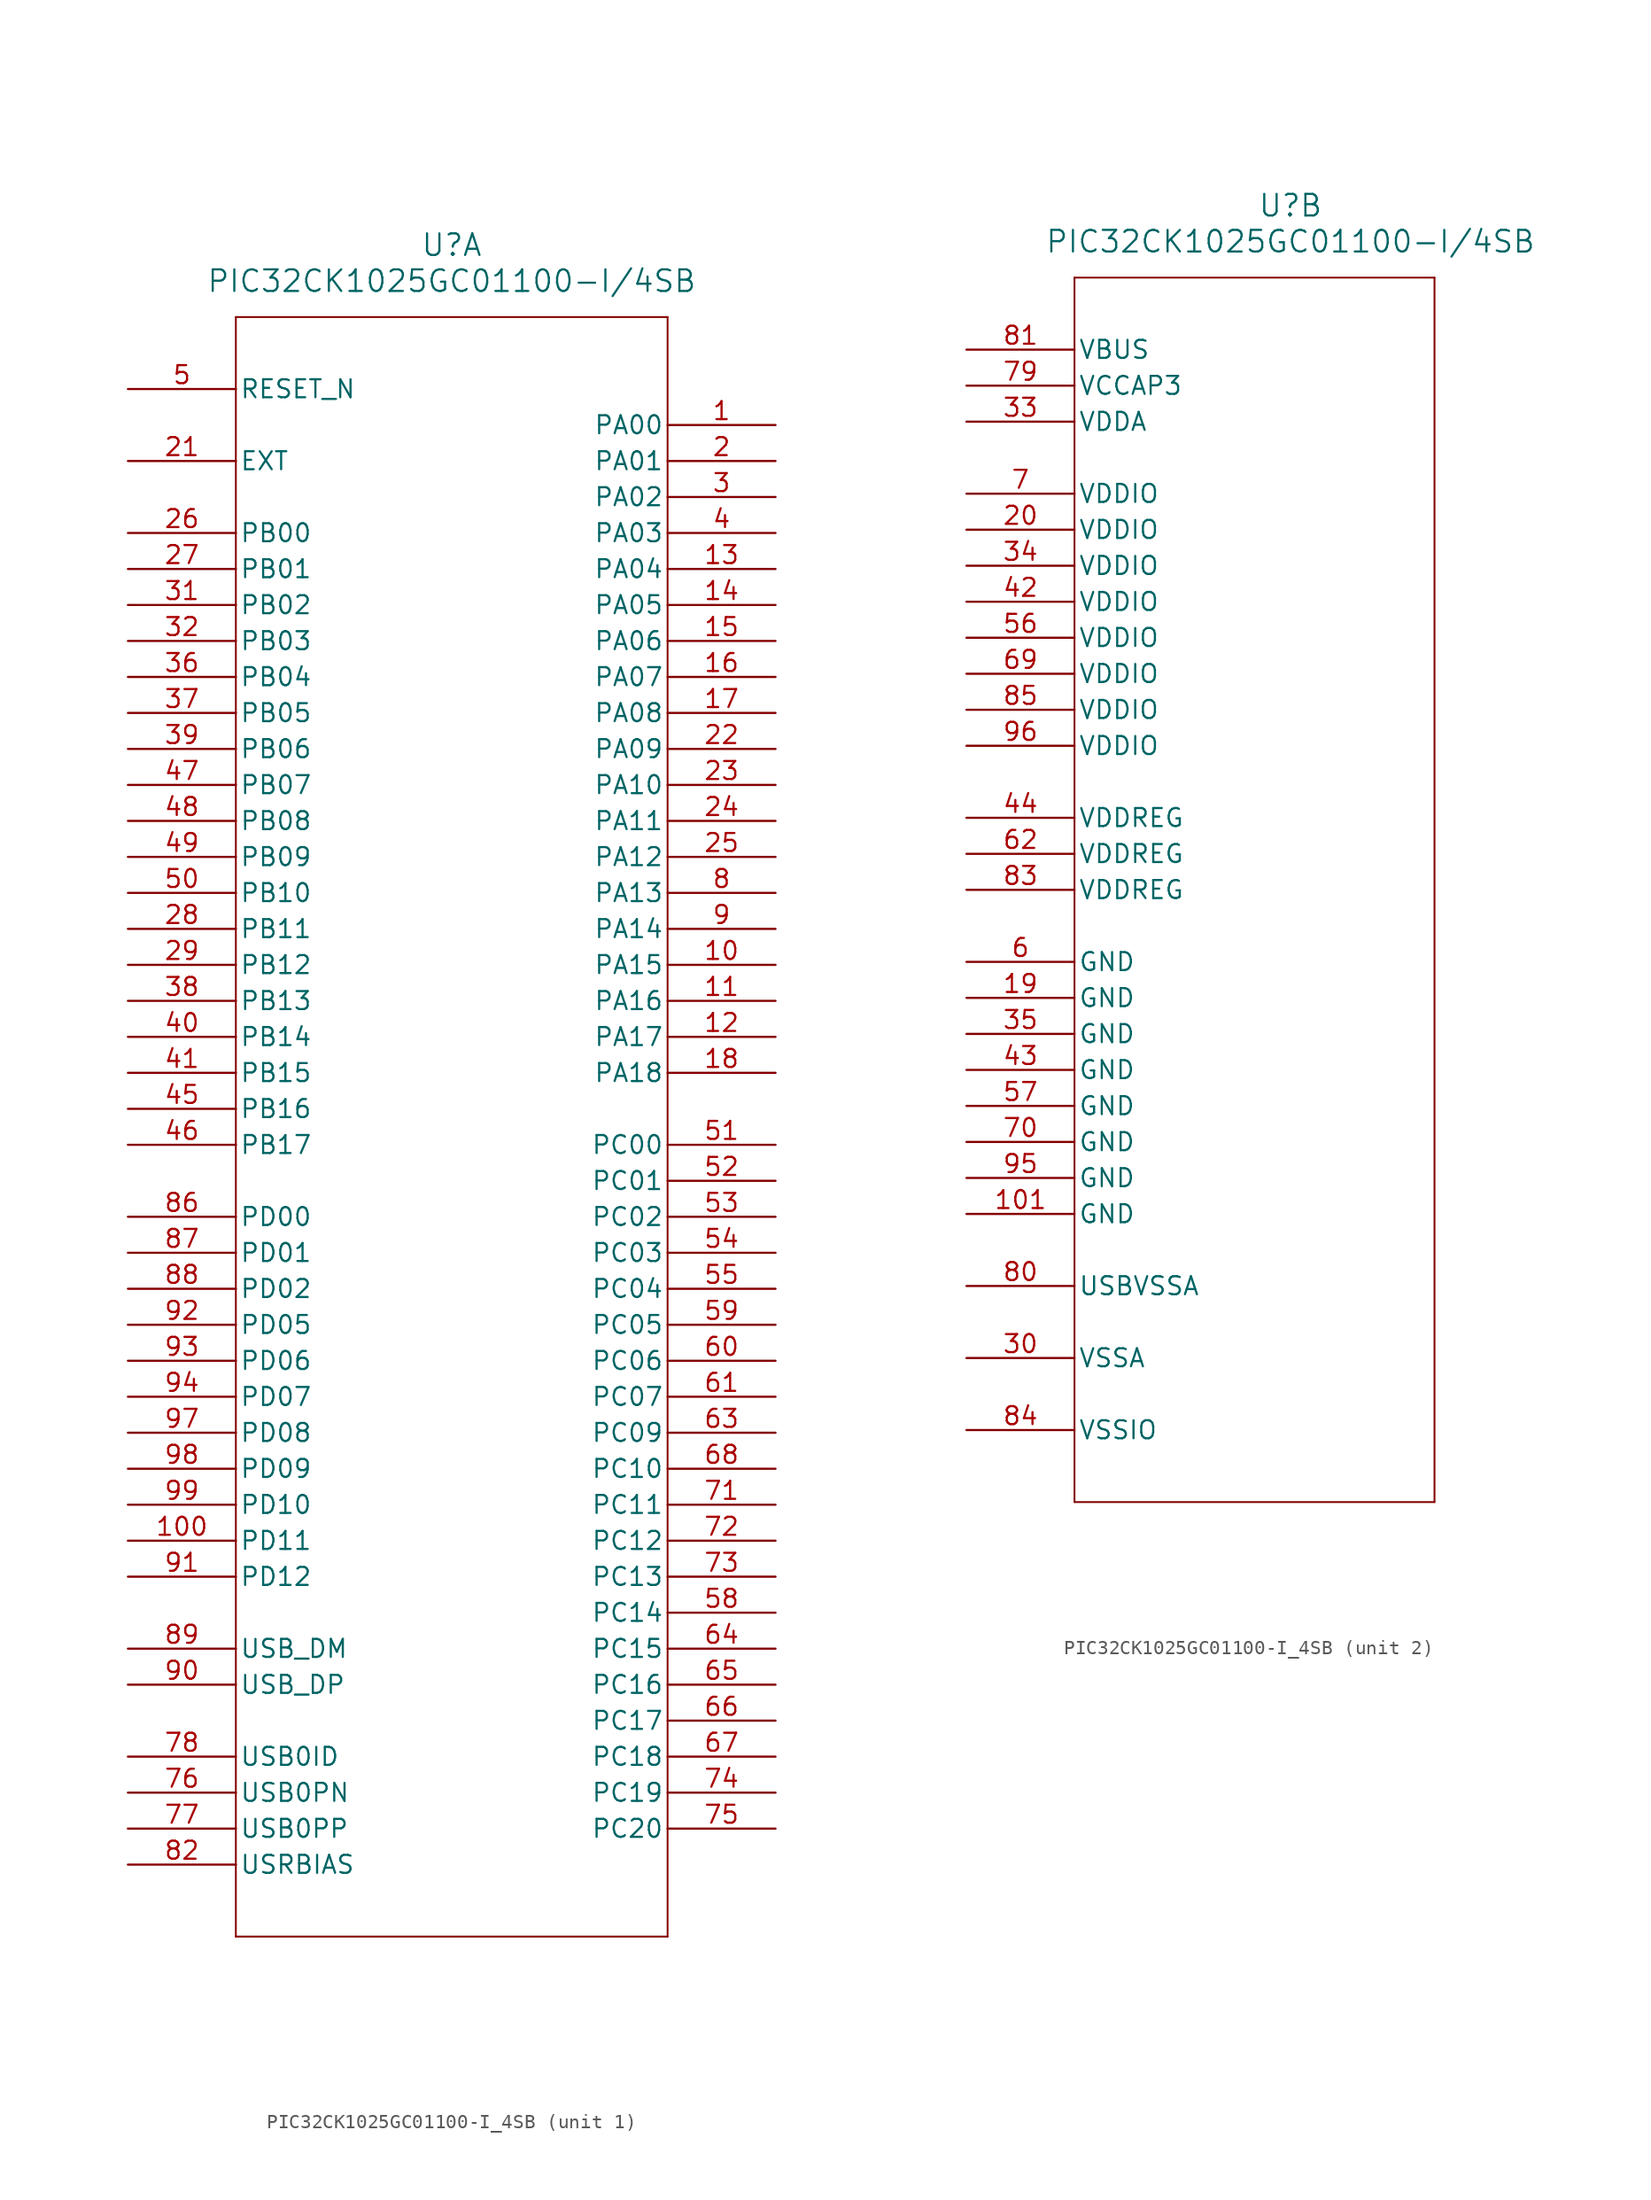
<source format=kicad_sym>
(kicad_symbol_lib
  (version 20211014)
  (generator kicad_symbol_editor)
  (symbol "PIC32CK1025GC01100-I_4SB"
    (pin_names
      (offset 0.254))
    (property "Reference" "U"
      (at 22.86 10.16 0)
      (effects (font (size 1.524 1.524))))
    (property "Value" "PIC32CK1025GC01100-I/4SB"
      (at 22.86 7.62 0)
      (effects (font (size 1.524 1.524))))
    (symbol "PIC32CK1025GC01100-I_4SB_1_1"
      (polyline (pts (xy 7.62 5.08) (xy 7.62 -109.22)) (stroke (width 0.127) (type default) (color 0 0 0 0)) (fill (type none)))
      (polyline (pts (xy 7.62 -109.22) (xy 38.1 -109.22)) (stroke (width 0.127) (type default) (color 0 0 0 0)) (fill (type none)))
      (polyline (pts (xy 38.1 -109.22) (xy 38.1 5.08)) (stroke (width 0.127) (type default) (color 0 0 0 0)) (fill (type none)))
      (polyline (pts (xy 38.1 5.08) (xy 7.62 5.08)) (stroke (width 0.127) (type default) (color 0 0 0 0)) (fill (type none)))
      (pin bidirectional line (at 45.72 -2.54 180) (length 7.62) (name "PA00" (effects (font (size 1.27 1.27)))) (number "1" (effects (font (size 1.27 1.27)))))
      (pin bidirectional line (at 45.72 -5.08 180) (length 7.62) (name "PA01" (effects (font (size 1.27 1.27)))) (number "2" (effects (font (size 1.27 1.27)))))
      (pin bidirectional line (at 45.72 -7.62 180) (length 7.62) (name "PA02" (effects (font (size 1.27 1.27)))) (number "3" (effects (font (size 1.27 1.27)))))
      (pin bidirectional line (at 45.72 -10.16 180) (length 7.62) (name "PA03" (effects (font (size 1.27 1.27)))) (number "4" (effects (font (size 1.27 1.27)))))
      (pin input line (at 0 0 0) (length 7.62) (name "RESET_N" (effects (font (size 1.27 1.27)))) (number "5" (effects (font (size 1.27 1.27)))))
      (pin bidirectional line (at 45.72 -35.56 180) (length 7.62) (name "PA13" (effects (font (size 1.27 1.27)))) (number "8" (effects (font (size 1.27 1.27)))))
      (pin bidirectional line (at 45.72 -38.1 180) (length 7.62) (name "PA14" (effects (font (size 1.27 1.27)))) (number "9" (effects (font (size 1.27 1.27)))))
      (pin bidirectional line (at 45.72 -40.64 180) (length 7.62) (name "PA15" (effects (font (size 1.27 1.27)))) (number "10" (effects (font (size 1.27 1.27)))))
      (pin bidirectional line (at 45.72 -43.18 180) (length 7.62) (name "PA16" (effects (font (size 1.27 1.27)))) (number "11" (effects (font (size 1.27 1.27)))))
      (pin bidirectional line (at 45.72 -45.72 180) (length 7.62) (name "PA17" (effects (font (size 1.27 1.27)))) (number "12" (effects (font (size 1.27 1.27)))))
      (pin bidirectional line (at 45.72 -12.7 180) (length 7.62) (name "PA04" (effects (font (size 1.27 1.27)))) (number "13" (effects (font (size 1.27 1.27)))))
      (pin bidirectional line (at 45.72 -15.24 180) (length 7.62) (name "PA05" (effects (font (size 1.27 1.27)))) (number "14" (effects (font (size 1.27 1.27)))))
      (pin bidirectional line (at 45.72 -17.78 180) (length 7.62) (name "PA06" (effects (font (size 1.27 1.27)))) (number "15" (effects (font (size 1.27 1.27)))))
      (pin bidirectional line (at 45.72 -20.32 180) (length 7.62) (name "PA07" (effects (font (size 1.27 1.27)))) (number "16" (effects (font (size 1.27 1.27)))))
      (pin bidirectional line (at 45.72 -22.86 180) (length 7.62) (name "PA08" (effects (font (size 1.27 1.27)))) (number "17" (effects (font (size 1.27 1.27)))))
      (pin bidirectional line (at 45.72 -48.26 180) (length 7.62) (name "PA18" (effects (font (size 1.27 1.27)))) (number "18" (effects (font (size 1.27 1.27)))))
      (pin unspecified line (at 0 -5.08 0) (length 7.62) (name "EXT" (effects (font (size 1.27 1.27)))) (number "21" (effects (font (size 1.27 1.27)))))
      (pin bidirectional line (at 45.72 -25.4 180) (length 7.62) (name "PA09" (effects (font (size 1.27 1.27)))) (number "22" (effects (font (size 1.27 1.27)))))
      (pin bidirectional line (at 45.72 -27.94 180) (length 7.62) (name "PA10" (effects (font (size 1.27 1.27)))) (number "23" (effects (font (size 1.27 1.27)))))
      (pin bidirectional line (at 45.72 -30.48 180) (length 7.62) (name "PA11" (effects (font (size 1.27 1.27)))) (number "24" (effects (font (size 1.27 1.27)))))
      (pin bidirectional line (at 45.72 -33.02 180) (length 7.62) (name "PA12" (effects (font (size 1.27 1.27)))) (number "25" (effects (font (size 1.27 1.27)))))
      (pin bidirectional line (at 0 -10.16 0) (length 7.62) (name "PB00" (effects (font (size 1.27 1.27)))) (number "26" (effects (font (size 1.27 1.27)))))
      (pin bidirectional line (at 0 -12.7 0) (length 7.62) (name "PB01" (effects (font (size 1.27 1.27)))) (number "27" (effects (font (size 1.27 1.27)))))
      (pin bidirectional line (at 0 -38.1 0) (length 7.62) (name "PB11" (effects (font (size 1.27 1.27)))) (number "28" (effects (font (size 1.27 1.27)))))
      (pin bidirectional line (at 0 -40.64 0) (length 7.62) (name "PB12" (effects (font (size 1.27 1.27)))) (number "29" (effects (font (size 1.27 1.27)))))
      (pin bidirectional line (at 0 -15.24 0) (length 7.62) (name "PB02" (effects (font (size 1.27 1.27)))) (number "31" (effects (font (size 1.27 1.27)))))
      (pin bidirectional line (at 0 -17.78 0) (length 7.62) (name "PB03" (effects (font (size 1.27 1.27)))) (number "32" (effects (font (size 1.27 1.27)))))
      (pin bidirectional line (at 0 -20.32 0) (length 7.62) (name "PB04" (effects (font (size 1.27 1.27)))) (number "36" (effects (font (size 1.27 1.27)))))
      (pin bidirectional line (at 0 -22.86 0) (length 7.62) (name "PB05" (effects (font (size 1.27 1.27)))) (number "37" (effects (font (size 1.27 1.27)))))
      (pin bidirectional line (at 0 -43.18 0) (length 7.62) (name "PB13" (effects (font (size 1.27 1.27)))) (number "38" (effects (font (size 1.27 1.27)))))
      (pin bidirectional line (at 0 -25.4 0) (length 7.62) (name "PB06" (effects (font (size 1.27 1.27)))) (number "39" (effects (font (size 1.27 1.27)))))
      (pin bidirectional line (at 0 -45.72 0) (length 7.62) (name "PB14" (effects (font (size 1.27 1.27)))) (number "40" (effects (font (size 1.27 1.27)))))
      (pin bidirectional line (at 0 -48.26 0) (length 7.62) (name "PB15" (effects (font (size 1.27 1.27)))) (number "41" (effects (font (size 1.27 1.27)))))
      (pin bidirectional line (at 0 -50.8 0) (length 7.62) (name "PB16" (effects (font (size 1.27 1.27)))) (number "45" (effects (font (size 1.27 1.27)))))
      (pin bidirectional line (at 0 -53.34 0) (length 7.62) (name "PB17" (effects (font (size 1.27 1.27)))) (number "46" (effects (font (size 1.27 1.27)))))
      (pin bidirectional line (at 0 -27.94 0) (length 7.62) (name "PB07" (effects (font (size 1.27 1.27)))) (number "47" (effects (font (size 1.27 1.27)))))
      (pin bidirectional line (at 0 -30.48 0) (length 7.62) (name "PB08" (effects (font (size 1.27 1.27)))) (number "48" (effects (font (size 1.27 1.27)))))
      (pin bidirectional line (at 0 -33.02 0) (length 7.62) (name "PB09" (effects (font (size 1.27 1.27)))) (number "49" (effects (font (size 1.27 1.27)))))
      (pin bidirectional line (at 0 -35.56 0) (length 7.62) (name "PB10" (effects (font (size 1.27 1.27)))) (number "50" (effects (font (size 1.27 1.27)))))
      (pin bidirectional line (at 45.72 -53.34 180) (length 7.62) (name "PC00" (effects (font (size 1.27 1.27)))) (number "51" (effects (font (size 1.27 1.27)))))
      (pin bidirectional line (at 45.72 -55.88 180) (length 7.62) (name "PC01" (effects (font (size 1.27 1.27)))) (number "52" (effects (font (size 1.27 1.27)))))
      (pin bidirectional line (at 45.72 -58.42 180) (length 7.62) (name "PC02" (effects (font (size 1.27 1.27)))) (number "53" (effects (font (size 1.27 1.27)))))
      (pin bidirectional line (at 45.72 -60.96 180) (length 7.62) (name "PC03" (effects (font (size 1.27 1.27)))) (number "54" (effects (font (size 1.27 1.27)))))
      (pin bidirectional line (at 45.72 -63.5 180) (length 7.62) (name "PC04" (effects (font (size 1.27 1.27)))) (number "55" (effects (font (size 1.27 1.27)))))
      (pin bidirectional line (at 45.72 -86.36 180) (length 7.62) (name "PC14" (effects (font (size 1.27 1.27)))) (number "58" (effects (font (size 1.27 1.27)))))
      (pin bidirectional line (at 45.72 -66.04 180) (length 7.62) (name "PC05" (effects (font (size 1.27 1.27)))) (number "59" (effects (font (size 1.27 1.27)))))
      (pin bidirectional line (at 45.72 -68.58 180) (length 7.62) (name "PC06" (effects (font (size 1.27 1.27)))) (number "60" (effects (font (size 1.27 1.27)))))
      (pin bidirectional line (at 45.72 -71.12 180) (length 7.62) (name "PC07" (effects (font (size 1.27 1.27)))) (number "61" (effects (font (size 1.27 1.27)))))
      (pin bidirectional line (at 45.72 -73.66 180) (length 7.62) (name "PC09" (effects (font (size 1.27 1.27)))) (number "63" (effects (font (size 1.27 1.27)))))
      (pin bidirectional line (at 45.72 -88.9 180) (length 7.62) (name "PC15" (effects (font (size 1.27 1.27)))) (number "64" (effects (font (size 1.27 1.27)))))
      (pin bidirectional line (at 45.72 -91.44 180) (length 7.62) (name "PC16" (effects (font (size 1.27 1.27)))) (number "65" (effects (font (size 1.27 1.27)))))
      (pin bidirectional line (at 45.72 -93.98 180) (length 7.62) (name "PC17" (effects (font (size 1.27 1.27)))) (number "66" (effects (font (size 1.27 1.27)))))
      (pin bidirectional line (at 45.72 -96.52 180) (length 7.62) (name "PC18" (effects (font (size 1.27 1.27)))) (number "67" (effects (font (size 1.27 1.27)))))
      (pin bidirectional line (at 45.72 -76.2 180) (length 7.62) (name "PC10" (effects (font (size 1.27 1.27)))) (number "68" (effects (font (size 1.27 1.27)))))
      (pin bidirectional line (at 45.72 -78.74 180) (length 7.62) (name "PC11" (effects (font (size 1.27 1.27)))) (number "71" (effects (font (size 1.27 1.27)))))
      (pin bidirectional line (at 45.72 -81.28 180) (length 7.62) (name "PC12" (effects (font (size 1.27 1.27)))) (number "72" (effects (font (size 1.27 1.27)))))
      (pin bidirectional line (at 45.72 -83.82 180) (length 7.62) (name "PC13" (effects (font (size 1.27 1.27)))) (number "73" (effects (font (size 1.27 1.27)))))
      (pin bidirectional line (at 45.72 -99.06 180) (length 7.62) (name "PC19" (effects (font (size 1.27 1.27)))) (number "74" (effects (font (size 1.27 1.27)))))
      (pin bidirectional line (at 45.72 -101.6 180) (length 7.62) (name "PC20" (effects (font (size 1.27 1.27)))) (number "75" (effects (font (size 1.27 1.27)))))
      (pin unspecified line (at 0 -99.06 0) (length 7.62) (name "USB0PN" (effects (font (size 1.27 1.27)))) (number "76" (effects (font (size 1.27 1.27)))))
      (pin unspecified line (at 0 -101.6 0) (length 7.62) (name "USB0PP" (effects (font (size 1.27 1.27)))) (number "77" (effects (font (size 1.27 1.27)))))
      (pin unspecified line (at 0 -96.52 0) (length 7.62) (name "USB0ID" (effects (font (size 1.27 1.27)))) (number "78" (effects (font (size 1.27 1.27)))))
      (pin unspecified line (at 0 -104.14 0) (length 7.62) (name "USRBIAS" (effects (font (size 1.27 1.27)))) (number "82" (effects (font (size 1.27 1.27)))))
      (pin bidirectional line (at 0 -58.42 0) (length 7.62) (name "PD00" (effects (font (size 1.27 1.27)))) (number "86" (effects (font (size 1.27 1.27)))))
      (pin bidirectional line (at 0 -60.96 0) (length 7.62) (name "PD01" (effects (font (size 1.27 1.27)))) (number "87" (effects (font (size 1.27 1.27)))))
      (pin bidirectional line (at 0 -63.5 0) (length 7.62) (name "PD02" (effects (font (size 1.27 1.27)))) (number "88" (effects (font (size 1.27 1.27)))))
      (pin unspecified line (at 0 -88.9 0) (length 7.62) (name "USB_DM" (effects (font (size 1.27 1.27)))) (number "89" (effects (font (size 1.27 1.27)))))
      (pin unspecified line (at 0 -91.44 0) (length 7.62) (name "USB_DP" (effects (font (size 1.27 1.27)))) (number "90" (effects (font (size 1.27 1.27)))))
      (pin bidirectional line (at 0 -83.82 0) (length 7.62) (name "PD12" (effects (font (size 1.27 1.27)))) (number "91" (effects (font (size 1.27 1.27)))))
      (pin bidirectional line (at 0 -66.04 0) (length 7.62) (name "PD05" (effects (font (size 1.27 1.27)))) (number "92" (effects (font (size 1.27 1.27)))))
      (pin bidirectional line (at 0 -68.58 0) (length 7.62) (name "PD06" (effects (font (size 1.27 1.27)))) (number "93" (effects (font (size 1.27 1.27)))))
      (pin bidirectional line (at 0 -71.12 0) (length 7.62) (name "PD07" (effects (font (size 1.27 1.27)))) (number "94" (effects (font (size 1.27 1.27)))))
      (pin bidirectional line (at 0 -73.66 0) (length 7.62) (name "PD08" (effects (font (size 1.27 1.27)))) (number "97" (effects (font (size 1.27 1.27)))))
      (pin bidirectional line (at 0 -76.2 0) (length 7.62) (name "PD09" (effects (font (size 1.27 1.27)))) (number "98" (effects (font (size 1.27 1.27)))))
      (pin bidirectional line (at 0 -78.74 0) (length 7.62) (name "PD10" (effects (font (size 1.27 1.27)))) (number "99" (effects (font (size 1.27 1.27)))))
      (pin bidirectional line (at 0 -81.28 0) (length 7.62) (name "PD11" (effects (font (size 1.27 1.27)))) (number "100" (effects (font (size 1.27 1.27))))))
    (symbol "PIC32CK1025GC01100-I_4SB_2_1"
      (polyline (pts (xy 7.62 5.08) (xy 7.62 -81.28)) (stroke (width 0.127) (type default) (color 0 0 0 0)) (fill (type none)))
      (polyline (pts (xy 7.62 -81.28) (xy 33.02 -81.28)) (stroke (width 0.127) (type default) (color 0 0 0 0)) (fill (type none)))
      (polyline (pts (xy 33.02 -81.28) (xy 33.02 5.08)) (stroke (width 0.127) (type default) (color 0 0 0 0)) (fill (type none)))
      (polyline (pts (xy 33.02 5.08) (xy 7.62 5.08)) (stroke (width 0.127) (type default) (color 0 0 0 0)) (fill (type none)))
      (pin power_out line (at 0 -43.18 0) (length 7.62) (name "GND" (effects (font (size 1.27 1.27)))) (number "6" (effects (font (size 1.27 1.27)))))
      (pin power_in line (at 0 -10.16 0) (length 7.62) (name "VDDIO" (effects (font (size 1.27 1.27)))) (number "7" (effects (font (size 1.27 1.27)))))
      (pin power_out line (at 0 -45.72 0) (length 7.62) (name "GND" (effects (font (size 1.27 1.27)))) (number "19" (effects (font (size 1.27 1.27)))))
      (pin power_in line (at 0 -12.7 0) (length 7.62) (name "VDDIO" (effects (font (size 1.27 1.27)))) (number "20" (effects (font (size 1.27 1.27)))))
      (pin power_out line (at 0 -71.12 0) (length 7.62) (name "VSSA" (effects (font (size 1.27 1.27)))) (number "30" (effects (font (size 1.27 1.27)))))
      (pin power_in line (at 0 -5.08 0) (length 7.62) (name "VDDA" (effects (font (size 1.27 1.27)))) (number "33" (effects (font (size 1.27 1.27)))))
      (pin power_in line (at 0 -15.24 0) (length 7.62) (name "VDDIO" (effects (font (size 1.27 1.27)))) (number "34" (effects (font (size 1.27 1.27)))))
      (pin power_out line (at 0 -48.26 0) (length 7.62) (name "GND" (effects (font (size 1.27 1.27)))) (number "35" (effects (font (size 1.27 1.27)))))
      (pin power_in line (at 0 -17.78 0) (length 7.62) (name "VDDIO" (effects (font (size 1.27 1.27)))) (number "42" (effects (font (size 1.27 1.27)))))
      (pin power_out line (at 0 -50.8 0) (length 7.62) (name "GND" (effects (font (size 1.27 1.27)))) (number "43" (effects (font (size 1.27 1.27)))))
      (pin power_in line (at 0 -33.02 0) (length 7.62) (name "VDDREG" (effects (font (size 1.27 1.27)))) (number "44" (effects (font (size 1.27 1.27)))))
      (pin power_in line (at 0 -20.32 0) (length 7.62) (name "VDDIO" (effects (font (size 1.27 1.27)))) (number "56" (effects (font (size 1.27 1.27)))))
      (pin power_out line (at 0 -53.34 0) (length 7.62) (name "GND" (effects (font (size 1.27 1.27)))) (number "57" (effects (font (size 1.27 1.27)))))
      (pin power_in line (at 0 -35.56 0) (length 7.62) (name "VDDREG" (effects (font (size 1.27 1.27)))) (number "62" (effects (font (size 1.27 1.27)))))
      (pin power_in line (at 0 -22.86 0) (length 7.62) (name "VDDIO" (effects (font (size 1.27 1.27)))) (number "69" (effects (font (size 1.27 1.27)))))
      (pin power_out line (at 0 -55.88 0) (length 7.62) (name "GND" (effects (font (size 1.27 1.27)))) (number "70" (effects (font (size 1.27 1.27)))))
      (pin power_in line (at 0 -2.54 0) (length 7.62) (name "VCCAP3" (effects (font (size 1.27 1.27)))) (number "79" (effects (font (size 1.27 1.27)))))
      (pin power_out line (at 0 -66.04 0) (length 7.62) (name "USBVSSA" (effects (font (size 1.27 1.27)))) (number "80" (effects (font (size 1.27 1.27)))))
      (pin power_in line (at 0 0 0) (length 7.62) (name "VBUS" (effects (font (size 1.27 1.27)))) (number "81" (effects (font (size 1.27 1.27)))))
      (pin power_in line (at 0 -38.1 0) (length 7.62) (name "VDDREG" (effects (font (size 1.27 1.27)))) (number "83" (effects (font (size 1.27 1.27)))))
      (pin power_out line (at 0 -76.2 0) (length 7.62) (name "VSSIO" (effects (font (size 1.27 1.27)))) (number "84" (effects (font (size 1.27 1.27)))))
      (pin power_in line (at 0 -25.4 0) (length 7.62) (name "VDDIO" (effects (font (size 1.27 1.27)))) (number "85" (effects (font (size 1.27 1.27)))))
      (pin power_out line (at 0 -58.42 0) (length 7.62) (name "GND" (effects (font (size 1.27 1.27)))) (number "95" (effects (font (size 1.27 1.27)))))
      (pin power_in line (at 0 -27.94 0) (length 7.62) (name "VDDIO" (effects (font (size 1.27 1.27)))) (number "96" (effects (font (size 1.27 1.27)))))
      (pin power_out line (at 0 -60.96 0) (length 7.62) (name "GND" (effects (font (size 1.27 1.27)))) (number "101" (effects (font (size 1.27 1.27))))))))
</source>
